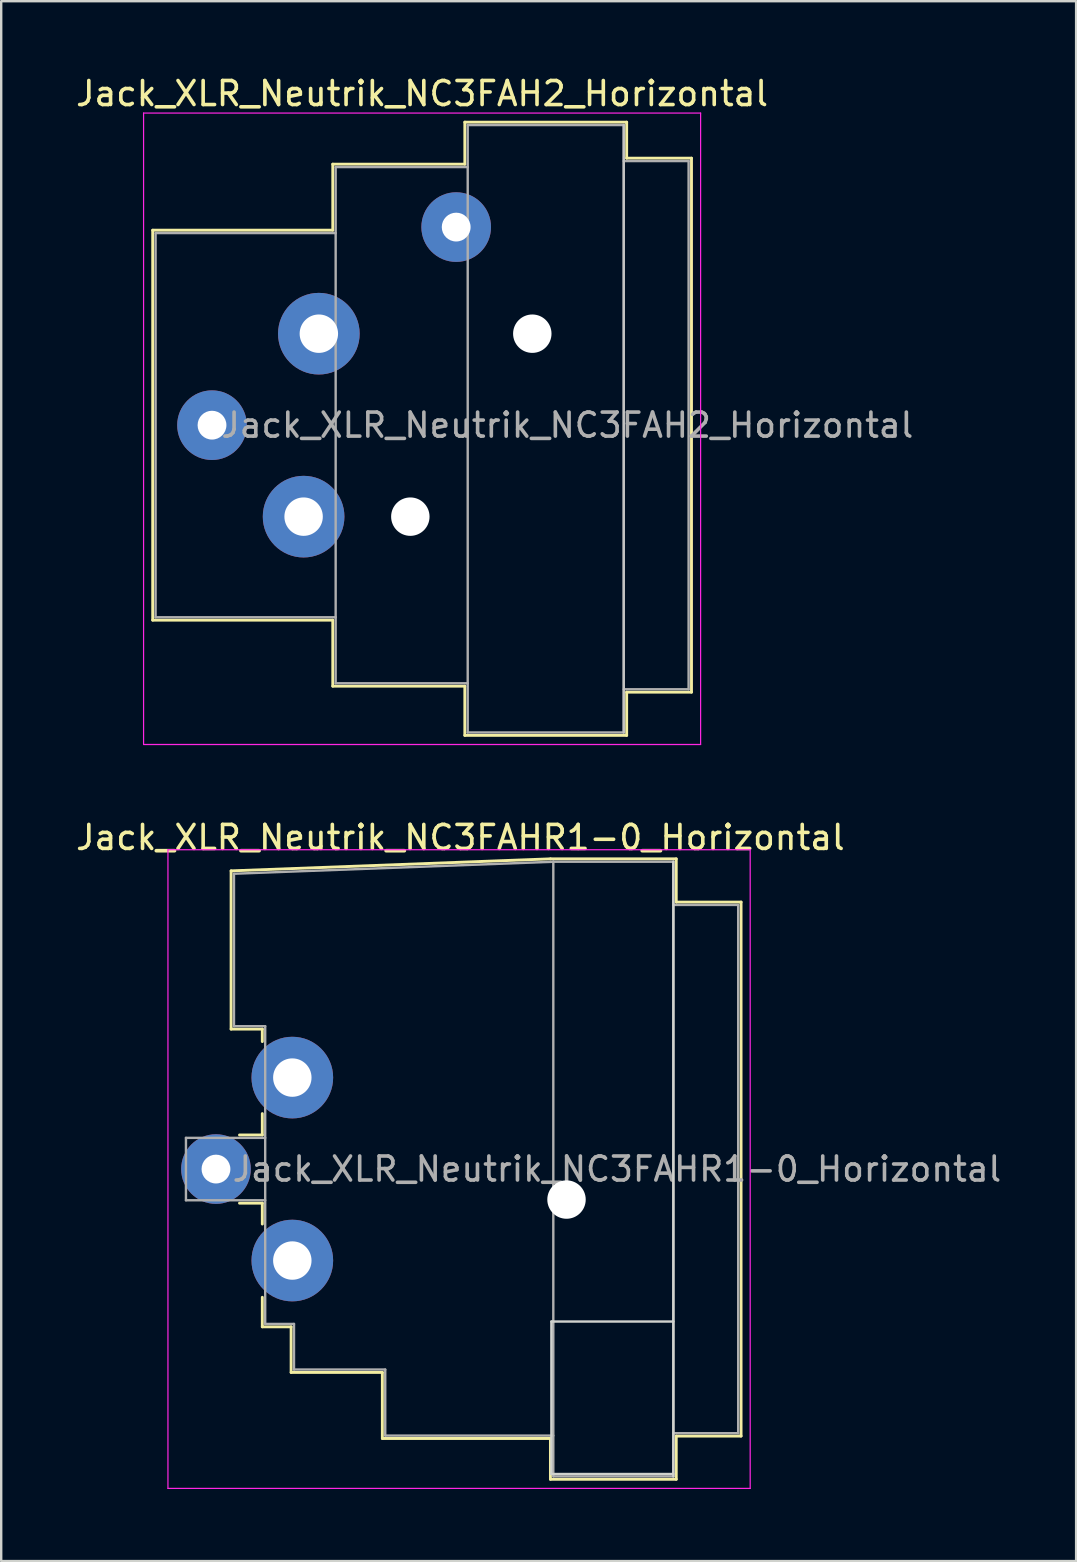
<source format=kicad_pcb>
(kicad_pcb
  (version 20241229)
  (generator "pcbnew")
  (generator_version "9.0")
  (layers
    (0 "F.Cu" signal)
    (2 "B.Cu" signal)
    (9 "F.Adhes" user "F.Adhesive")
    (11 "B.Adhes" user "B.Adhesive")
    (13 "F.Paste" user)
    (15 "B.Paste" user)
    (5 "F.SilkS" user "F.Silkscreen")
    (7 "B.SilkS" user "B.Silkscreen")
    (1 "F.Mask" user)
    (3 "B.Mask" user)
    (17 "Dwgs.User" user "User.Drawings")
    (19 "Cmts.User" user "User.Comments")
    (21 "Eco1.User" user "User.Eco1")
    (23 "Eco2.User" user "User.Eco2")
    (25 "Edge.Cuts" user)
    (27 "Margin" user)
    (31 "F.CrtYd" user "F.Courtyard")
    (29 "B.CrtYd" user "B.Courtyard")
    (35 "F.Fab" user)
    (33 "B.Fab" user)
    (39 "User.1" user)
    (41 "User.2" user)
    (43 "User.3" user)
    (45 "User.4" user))
  (footprint "Jack_XLR_Neutrik_NC3FAHR1-0_Horizontal"
    (layer "F.Cu")
    (at 9.125 41.831)
    (property "Reference" "Jack_XLR_Neutrik_NC3FAHR1-0_Horizontal" (at 7 -10 0) (layer "F.SilkS") (effects (font (size 1 1) (thickness 0.15))))
    (attr through_hole)
    (fp_line (start -2.55 -8.61) (end -2.55 -2.02) (stroke (width 0.12) (type solid)) (layer "F.SilkS"))
    (fp_line (start -2.55 -2.02) (end -1.25 -2.02) (stroke (width 0.12) (type solid)) (layer "F.SilkS"))
    (fp_line (start -1.25 -2.02) (end -1.25 -1.5) (stroke (width 0.12) (type solid)) (layer "F.SilkS"))
    (fp_line (start -1.25 1.5) (end -1.25 2.39) (stroke (width 0.12) (type solid)) (layer "F.SilkS"))
    (fp_line (start -1.25 2.39) (end -2.2 2.39) (stroke (width 0.12) (type solid)) (layer "F.SilkS"))
    (fp_line (start -1.25 5.23) (end -2.2 5.23) (stroke (width 0.12) (type solid)) (layer "F.SilkS"))
    (fp_line (start -1.25 5.23) (end -1.25 6.1) (stroke (width 0.12) (type solid)) (layer "F.SilkS"))
    (fp_line (start -1.25 9.15) (end -1.25 10.38) (stroke (width 0.12) (type solid)) (layer "F.SilkS"))
    (fp_line (start -0.05 10.38) (end -1.25 10.38) (stroke (width 0.12) (type solid)) (layer "F.SilkS"))
    (fp_line (start -0.05 10.38) (end -0.05 12.28) (stroke (width 0.12) (type solid)) (layer "F.SilkS"))
    (fp_line (start 3.75 12.28) (end -0.05 12.28) (stroke (width 0.12) (type solid)) (layer "F.SilkS"))
    (fp_line (start 3.75 12.28) (end 3.75 15.03) (stroke (width 0.12) (type solid)) (layer "F.SilkS"))
    (fp_line (start 10.75 -9.11) (end -2.55 -8.61) (stroke (width 0.12) (type solid)) (layer "F.SilkS"))
    (fp_line (start 10.75 15.03) (end 3.75 15.03) (stroke (width 0.12) (type solid)) (layer "F.SilkS"))
    (fp_line (start 10.75 16.73) (end 10.75 15.03) (stroke (width 0.12) (type solid)) (layer "F.SilkS"))
    (fp_line (start 15.99 -9.11) (end 10.75 -9.11) (stroke (width 0.12) (type solid)) (layer "F.SilkS"))
    (fp_line (start 15.99 -9.11) (end 15.99 -7.31) (stroke (width 0.12) (type solid)) (layer "F.SilkS"))
    (fp_line (start 15.99 -7.31) (end 18.69 -7.31) (stroke (width 0.12) (type solid)) (layer "F.SilkS"))
    (fp_line (start 15.99 14.93) (end 15.99 16.73) (stroke (width 0.12) (type solid)) (layer "F.SilkS"))
    (fp_line (start 15.99 14.93) (end 18.69 14.93) (stroke (width 0.12) (type solid)) (layer "F.SilkS"))
    (fp_line (start 15.99 16.73) (end 10.75 16.73) (stroke (width 0.12) (type solid)) (layer "F.SilkS"))
    (fp_line (start 18.69 -7.31) (end 18.69 14.93) (stroke (width 0.12) (type solid)) (layer "F.SilkS"))
    (fp_line (start 10.79 10.16) (end 10.79 16.51) (stroke (width 0.1) (type solid)) (layer "Edge.Cuts"))
    (fp_line (start 10.79 16.51) (end 15.87 16.51) (stroke (width 0.1) (type solid)) (layer "Edge.Cuts"))
    (fp_line (start 15.87 -8.99) (end 15.87 16.61) (stroke (width 0.1) (type solid)) (layer "Edge.Cuts"))
    (fp_line (start 15.87 10.16) (end 10.79 10.16) (stroke (width 0.1) (type solid)) (layer "Edge.Cuts"))
    (fp_line (start -5.18 -9.49) (end -5.18 17.11) (stroke (width 0.05) (type solid)) (layer "F.CrtYd"))
    (fp_line (start 19.07 -9.49) (end -5.18 -9.49) (stroke (width 0.05) (type solid)) (layer "F.CrtYd"))
    (fp_line (start 19.07 -9.49) (end 19.07 17.11) (stroke (width 0.05) (type solid)) (layer "F.CrtYd"))
    (fp_line (start 19.07 17.11) (end -5.18 17.11) (stroke (width 0.05) (type solid)) (layer "F.CrtYd"))
    (fp_line (start -4.43 2.51) (end -4.43 5.11) (stroke (width 0.1) (type solid)) (layer "F.Fab"))
    (fp_line (start -4.43 2.51) (end -1.13 2.51) (stroke (width 0.1) (type solid)) (layer "F.Fab"))
    (fp_line (start -4.43 5.11) (end -1.13 5.11) (stroke (width 0.1) (type solid)) (layer "F.Fab"))
    (fp_line (start -2.43 -8.49) (end -2.43 -2.14) (stroke (width 0.1) (type solid)) (layer "F.Fab"))
    (fp_line (start -2.43 -8.49) (end 10.87 -8.99) (stroke (width 0.1) (type solid)) (layer "F.Fab"))
    (fp_line (start -1.13 -2.14) (end -2.43 -2.14) (stroke (width 0.1) (type solid)) (layer "F.Fab"))
    (fp_line (start -1.13 -2.14) (end -1.13 10.26) (stroke (width 0.1) (type solid)) (layer "F.Fab"))
    (fp_line (start -1.13 10.26) (end 0.07 10.26) (stroke (width 0.1) (type solid)) (layer "F.Fab"))
    (fp_line (start 0.07 10.26) (end 0.07 12.16) (stroke (width 0.1) (type solid)) (layer "F.Fab"))
    (fp_line (start 0.07 12.16) (end 3.87 12.16) (stroke (width 0.1) (type solid)) (layer "F.Fab"))
    (fp_line (start 3.87 12.16) (end 3.87 14.91) (stroke (width 0.1) (type solid)) (layer "F.Fab"))
    (fp_line (start 3.87 14.91) (end 10.87 14.91) (stroke (width 0.1) (type solid)) (layer "F.Fab"))
    (fp_line (start 10.87 -8.99) (end 15.87 -8.99) (stroke (width 0.1) (type solid)) (layer "F.Fab"))
    (fp_line (start 10.87 16.61) (end 10.87 -8.99) (stroke (width 0.1) (type solid)) (layer "F.Fab"))
    (fp_line (start 15.87 -8.99) (end 15.87 16.61) (stroke (width 0.1) (type solid)) (layer "F.Fab"))
    (fp_line (start 15.87 -7.19) (end 18.57 -7.19) (stroke (width 0.1) (type solid)) (layer "F.Fab"))
    (fp_line (start 15.87 16.61) (end 10.87 16.61) (stroke (width 0.1) (type solid)) (layer "F.Fab"))
    (fp_line (start 18.57 -7.19) (end 18.57 14.81) (stroke (width 0.1) (type solid)) (layer "F.Fab"))
    (fp_line (start 18.57 14.81) (end 15.87 14.81) (stroke (width 0.1) (type solid)) (layer "F.Fab"))
    (fp_text user "${REFERENCE}" (at 13.52 3.81 0) (layer "F.Fab") (effects (font (size 1 1) (thickness 0.15))))
    (pad "" np_thru_hole circle (at 11.42 5.08) (size 1.6 1.6) (drill 1.6) (layers "*.Cu" "*.Mask"))
    (pad "1" thru_hole circle (at 0 0) (size 3.4 3.4) (drill 1.6) (layers "*.Cu" "*.Mask"))
    (pad "2" thru_hole circle (at -3.18 3.81) (size 2.9 2.9) (drill 1.2) (layers "*.Cu" "*.Mask"))
    (pad "3" thru_hole circle (at 0 7.62) (size 3.4 3.4) (drill 1.6) (layers "*.Cu" "*.Mask")))
  (footprint "Jack_XLR_Neutrik_NC3FAH2_Horizontal"
    (layer "F.Cu")
    (at 10.23 10.848)
    (property "Reference" "Jack_XLR_Neutrik_NC3FAH2_Horizontal" (at 4.3 -10 0) (layer "F.SilkS") (effects (font (size 1 1) (thickness 0.15))))
    (attr through_hole)
    (fp_line (start -6.92 -4.31) (end -6.92 11.93) (stroke (width 0.12) (type solid)) (layer "F.SilkS"))
    (fp_line (start 0.58 -7.06) (end 0.58 -4.31) (stroke (width 0.12) (type solid)) (layer "F.SilkS"))
    (fp_line (start 0.58 -4.31) (end -6.92 -4.31) (stroke (width 0.12) (type solid)) (layer "F.SilkS"))
    (fp_line (start 0.58 11.93) (end -6.92 11.93) (stroke (width 0.12) (type solid)) (layer "F.SilkS"))
    (fp_line (start 0.58 11.93) (end 0.58 14.68) (stroke (width 0.12) (type solid)) (layer "F.SilkS"))
    (fp_line (start 6.08 -7.06) (end 0.58 -7.06) (stroke (width 0.12) (type solid)) (layer "F.SilkS"))
    (fp_line (start 6.08 -7.06) (end 6.08 -8.81) (stroke (width 0.12) (type solid)) (layer "F.SilkS"))
    (fp_line (start 6.08 14.68) (end 0.58 14.68) (stroke (width 0.12) (type solid)) (layer "F.SilkS"))
    (fp_line (start 6.08 16.73) (end 6.08 14.68) (stroke (width 0.12) (type solid)) (layer "F.SilkS"))
    (fp_line (start 12.82 -8.81) (end 6.08 -8.81) (stroke (width 0.12) (type solid)) (layer "F.SilkS"))
    (fp_line (start 12.82 -8.81) (end 12.82 -7.31) (stroke (width 0.12) (type solid)) (layer "F.SilkS"))
    (fp_line (start 12.82 -7.31) (end 15.52 -7.31) (stroke (width 0.12) (type solid)) (layer "F.SilkS"))
    (fp_line (start 12.82 14.93) (end 12.82 16.73) (stroke (width 0.12) (type solid)) (layer "F.SilkS"))
    (fp_line (start 12.82 14.93) (end 15.52 14.93) (stroke (width 0.12) (type solid)) (layer "F.SilkS"))
    (fp_line (start 12.82 16.73) (end 6.08 16.73) (stroke (width 0.12) (type solid)) (layer "F.SilkS"))
    (fp_line (start 15.52 -7.31) (end 15.52 14.93) (stroke (width 0.12) (type solid)) (layer "F.SilkS"))
    (fp_line (start 12.7 -8.69) (end 12.7 16.61) (stroke (width 0.1) (type solid)) (layer "Dwgs.User"))
    (fp_line (start -7.3 -9.19) (end -7.3 17.11) (stroke (width 0.05) (type solid)) (layer "F.CrtYd"))
    (fp_line (start 15.9 -9.19) (end -7.3 -9.19) (stroke (width 0.05) (type solid)) (layer "F.CrtYd"))
    (fp_line (start 15.9 -9.19) (end 15.9 17.11) (stroke (width 0.05) (type solid)) (layer "F.CrtYd"))
    (fp_line (start 15.9 17.11) (end -7.3 17.11) (stroke (width 0.05) (type solid)) (layer "F.CrtYd"))
    (fp_line (start -6.8 -4.19) (end -6.8 11.81) (stroke (width 0.1) (type solid)) (layer "F.Fab"))
    (fp_line (start -6.8 11.81) (end 0.7 11.81) (stroke (width 0.1) (type solid)) (layer "F.Fab"))
    (fp_line (start 0.7 -6.94) (end 0.7 14.56) (stroke (width 0.1) (type solid)) (layer "F.Fab"))
    (fp_line (start 0.7 -4.19) (end -6.8 -4.19) (stroke (width 0.1) (type solid)) (layer "F.Fab"))
    (fp_line (start 0.7 14.56) (end 6.2 14.56) (stroke (width 0.1) (type solid)) (layer "F.Fab"))
    (fp_line (start 6.2 -8.69) (end 12.7 -8.69) (stroke (width 0.1) (type solid)) (layer "F.Fab"))
    (fp_line (start 6.2 -6.94) (end 0.7 -6.94) (stroke (width 0.1) (type solid)) (layer "F.Fab"))
    (fp_line (start 6.2 16.61) (end 6.2 -8.69) (stroke (width 0.1) (type solid)) (layer "F.Fab"))
    (fp_line (start 12.7 -8.69) (end 12.7 16.61) (stroke (width 0.1) (type solid)) (layer "F.Fab"))
    (fp_line (start 12.7 -7.19) (end 15.4 -7.19) (stroke (width 0.1) (type solid)) (layer "F.Fab"))
    (fp_line (start 12.7 16.61) (end 6.2 16.61) (stroke (width 0.1) (type solid)) (layer "F.Fab"))
    (fp_line (start 15.4 -7.19) (end 15.4 14.81) (stroke (width 0.1) (type solid)) (layer "F.Fab"))
    (fp_line (start 15.4 14.81) (end 12.7 14.81) (stroke (width 0.1) (type solid)) (layer "F.Fab"))
    (fp_text user "${REFERENCE}" (at 10.35 3.81 0) (layer "F.Fab") (effects (font (size 1 1) (thickness 0.15))))
    (pad "" np_thru_hole circle (at 3.81 7.62) (size 1.6 1.6) (drill 1.6) (layers "*.Cu" "*.Mask"))
    (pad "" np_thru_hole circle (at 8.89 0) (size 1.6 1.6) (drill 1.6) (layers "*.Cu" "*.Mask"))
    (pad "1" thru_hole circle (at 0 0) (size 3.4 3.4) (drill 1.6) (layers "*.Cu" "*.Mask"))
    (pad "2" thru_hole circle (at -0.635 7.62) (size 3.4 3.4) (drill 1.6) (layers "*.Cu" "*.Mask"))
    (pad "3" thru_hole circle (at -4.45 3.81) (size 2.9 2.9) (drill 1.2) (layers "*.Cu" "*.Mask"))
    (pad "G" thru_hole circle (at 5.72 -4.44) (size 2.9 2.9) (drill 1.2) (layers "*.Cu" "*.Mask")))
  (gr_rect
    (start -3 -3)
    (end 41.77 61.967)
    (stroke (width 0.1) (type default))
    (fill no)
    (layer "Edge.Cuts")))
</source>
